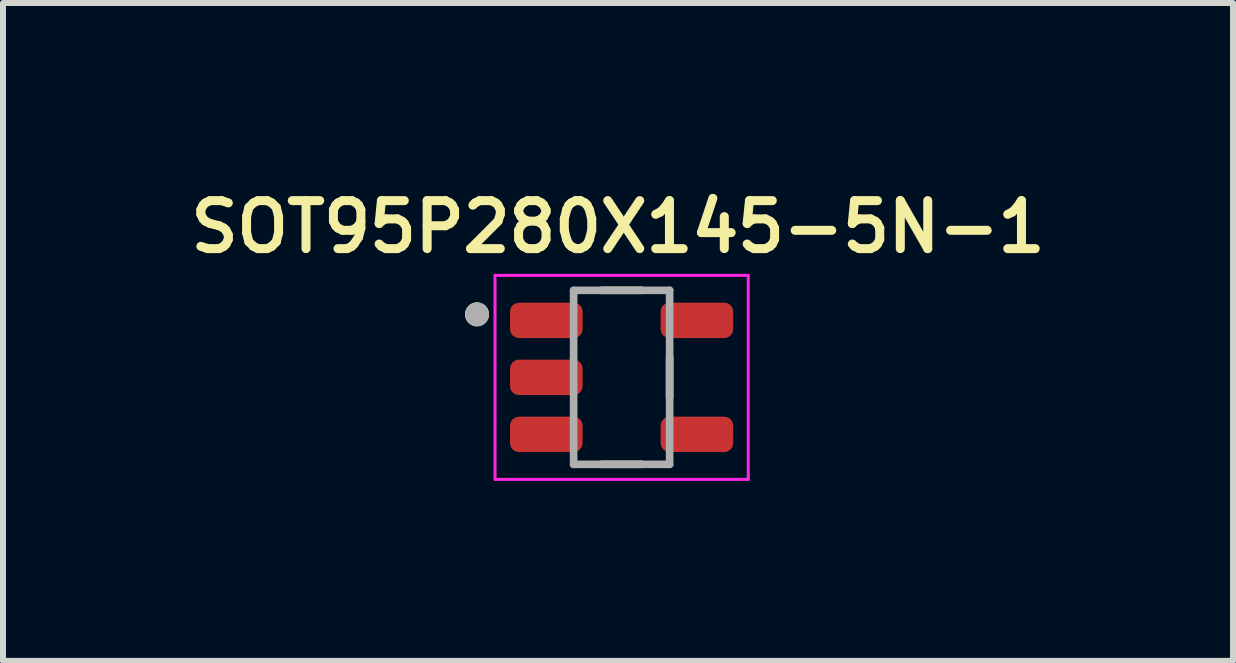
<source format=kicad_pcb>
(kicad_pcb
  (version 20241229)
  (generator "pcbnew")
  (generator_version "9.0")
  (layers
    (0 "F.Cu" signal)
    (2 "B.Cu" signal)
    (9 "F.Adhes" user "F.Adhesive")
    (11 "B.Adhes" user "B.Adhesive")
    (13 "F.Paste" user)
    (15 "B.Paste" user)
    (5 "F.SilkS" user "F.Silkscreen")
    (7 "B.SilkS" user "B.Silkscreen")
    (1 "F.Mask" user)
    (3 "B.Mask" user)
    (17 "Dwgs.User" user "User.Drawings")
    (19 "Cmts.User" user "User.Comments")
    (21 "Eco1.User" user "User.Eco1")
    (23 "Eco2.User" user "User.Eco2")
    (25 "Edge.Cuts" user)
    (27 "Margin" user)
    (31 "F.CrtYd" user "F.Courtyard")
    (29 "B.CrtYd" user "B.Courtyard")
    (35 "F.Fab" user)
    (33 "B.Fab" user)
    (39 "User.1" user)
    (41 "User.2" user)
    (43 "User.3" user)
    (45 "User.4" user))
  (footprint "SOT95P280X145-5N-1"
    (layer "F.Cu")
    (at 7.31 3.239)
    (property "Reference" "SOT95P280X145-5N-1" (at -0.06 -2.508 0) (layer "F.SilkS") (effects (font (size 0.8 0.8) (thickness 0.15))))
    (attr smd)
    (fp_line (start -0.33 -1.45) (end 0.33 -1.45) (stroke (width 0.127) (type solid)) (layer "F.SilkS"))
    (fp_line (start 0.33 1.45) (end -0.33 1.45) (stroke (width 0.127) (type solid)) (layer "F.SilkS"))
    (fp_line (start 0.8 -0.335) (end 0.8 0.335) (stroke (width 0.127) (type solid)) (layer "F.SilkS"))
    (fp_circle (center -2.41 -1.05) (end -2.31 -1.05) (stroke (width 0.2) (type solid)) (fill no) (layer "F.SilkS"))
    (fp_line (start -2.11 -1.7) (end 2.11 -1.7) (stroke (width 0.05) (type solid)) (layer "F.CrtYd"))
    (fp_line (start -2.11 1.7) (end -2.11 -1.7) (stroke (width 0.05) (type solid)) (layer "F.CrtYd"))
    (fp_line (start 2.11 -1.7) (end 2.11 1.7) (stroke (width 0.05) (type solid)) (layer "F.CrtYd"))
    (fp_line (start 2.11 1.7) (end -2.11 1.7) (stroke (width 0.05) (type solid)) (layer "F.CrtYd"))
    (fp_line (start -0.8 -1.45) (end 0.8 -1.45) (stroke (width 0.127) (type solid)) (layer "F.Fab"))
    (fp_line (start -0.8 1.45) (end -0.8 -1.45) (stroke (width 0.127) (type solid)) (layer "F.Fab"))
    (fp_line (start 0.8 -1.45) (end 0.8 1.45) (stroke (width 0.127) (type solid)) (layer "F.Fab"))
    (fp_line (start 0.8 1.45) (end -0.8 1.45) (stroke (width 0.127) (type solid)) (layer "F.Fab"))
    (fp_circle (center -2.41 -1.05) (end -2.31 -1.05) (stroke (width 0.2) (type solid)) (fill no) (layer "F.Fab"))
    (pad "1" smd roundrect (at -1.255 -0.95) (size 1.21 0.59) (layers "F.Cu" "F.Mask" "F.Paste") (roundrect_rratio 0.25))
    (pad "2" smd roundrect (at -1.255 0) (size 1.21 0.59) (layers "F.Cu" "F.Mask" "F.Paste") (roundrect_rratio 0.25))
    (pad "3" smd roundrect (at -1.255 0.95) (size 1.21 0.59) (layers "F.Cu" "F.Mask" "F.Paste") (roundrect_rratio 0.25))
    (pad "4" smd roundrect (at 1.255 0.95) (size 1.21 0.59) (layers "F.Cu" "F.Mask" "F.Paste") (roundrect_rratio 0.25))
    (pad "5" smd roundrect (at 1.255 -0.95) (size 1.21 0.59) (layers "F.Cu" "F.Mask" "F.Paste") (roundrect_rratio 0.25)))
  (gr_rect
    (start -3 -3)
    (end 17.5 7.964)
    (stroke (width 0.1) (type default))
    (fill no)
    (layer "Edge.Cuts")))
</source>
